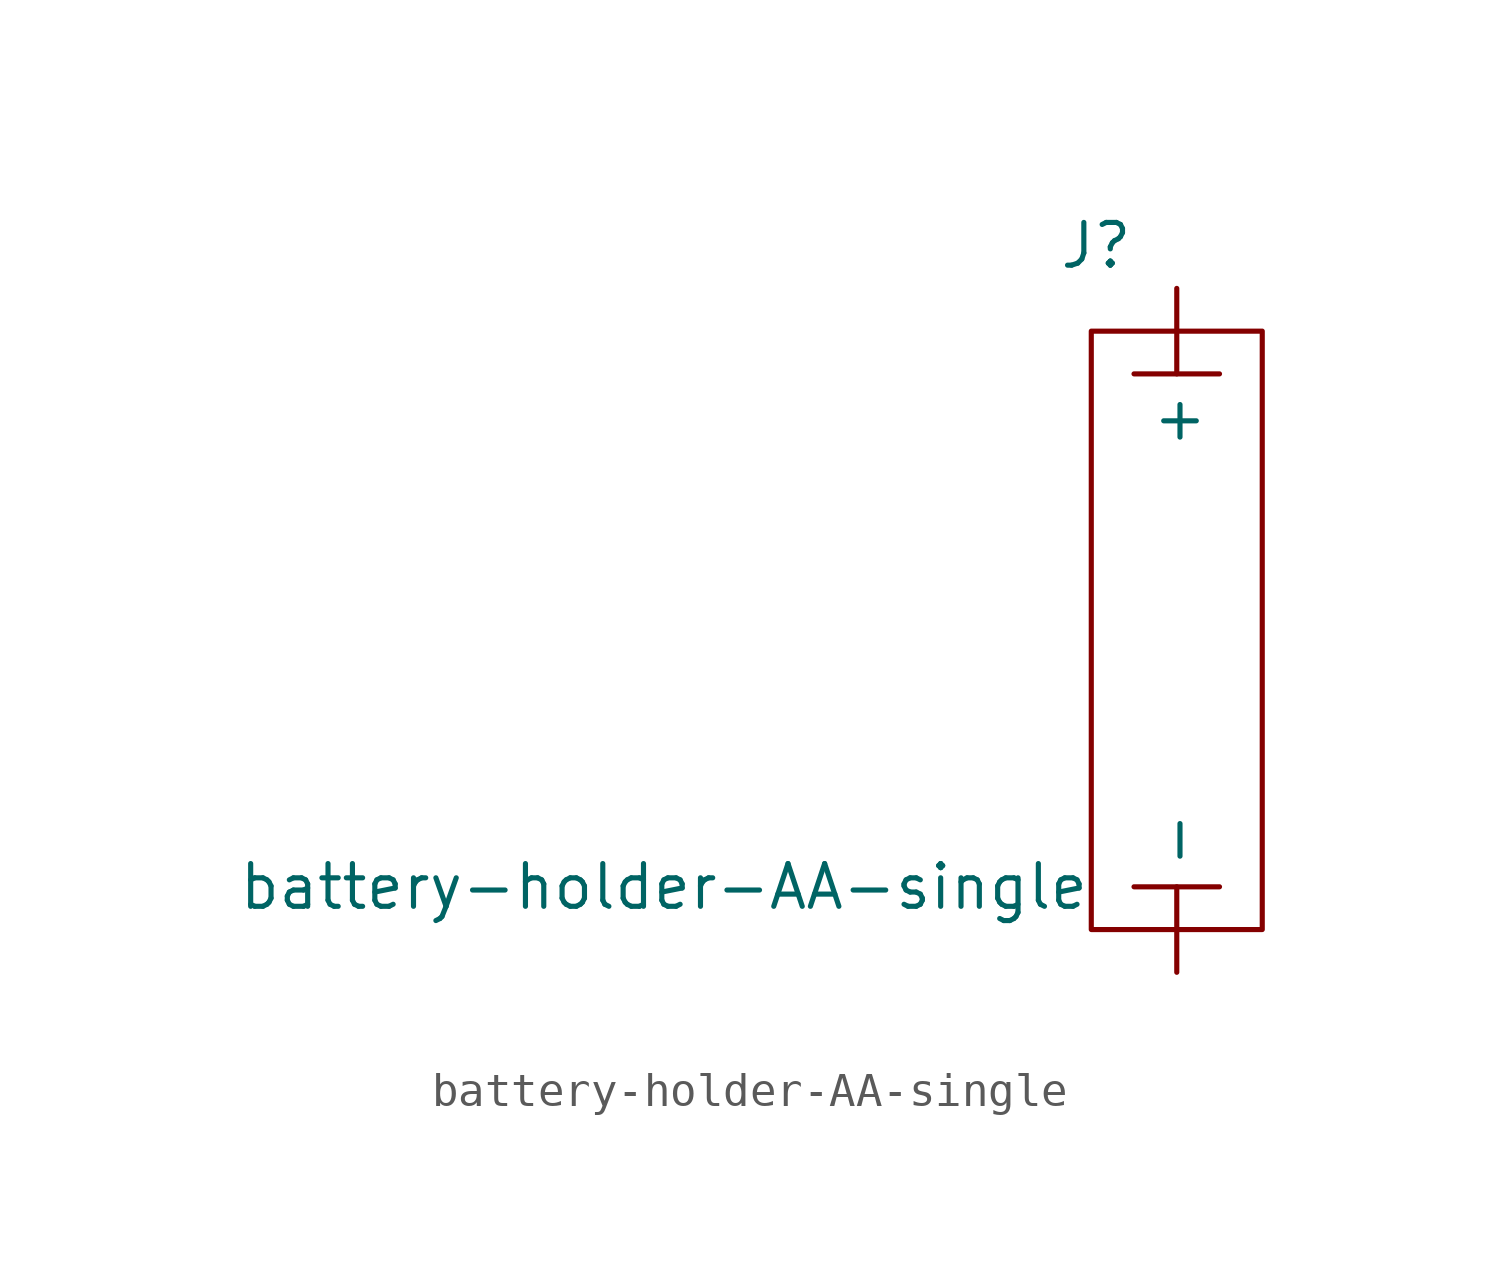
<source format=kicad_sym>
(kicad_symbol_lib
  (version 20211014)
  (generator kicad_symbol_editor)
  (symbol "battery-holder-AA-single"
    (pin_numbers hide)
    (property "Reference" "J"
      (at -1.27 11.43 0)
      (effects (font (size 1.27 1.27)) (justify right)))
    (property "Value" "battery-holder-AA-single"
      (at -15.24 -7.62 0)
      (effects (font (size 1.27 1.27))))
    (symbol "battery-holder-AA-single_0_1"
      (rectangle (start -2.54 8.89) (end 2.54 -8.89) (stroke (width 0) (type default) (color 0 0 0 0)) (fill (type none)))
      (polyline (pts (xy -1.27 -7.62) (xy 1.27 -7.62)) (stroke (width 0) (type default) (color 0 0 0 0)) (fill (type none)))
      (polyline (pts (xy -1.27 7.62) (xy 1.27 7.62)) (stroke (width 0) (type default) (color 0 0 0 0)) (fill (type none))))
    (symbol "battery-holder-AA-single_1_1"
      (pin power_in line (at 0 10.16 270) (length 2.54) (name "+" (effects (font (size 1.27 1.27)))) (number "1" (effects (font (size 1.27 1.27)))))
      (pin power_in line (at 0 -10.16 90) (length 2.54) (name "-" (effects (font (size 1.27 1.27)))) (number "2" (effects (font (size 1.27 1.27))))))))
</source>
